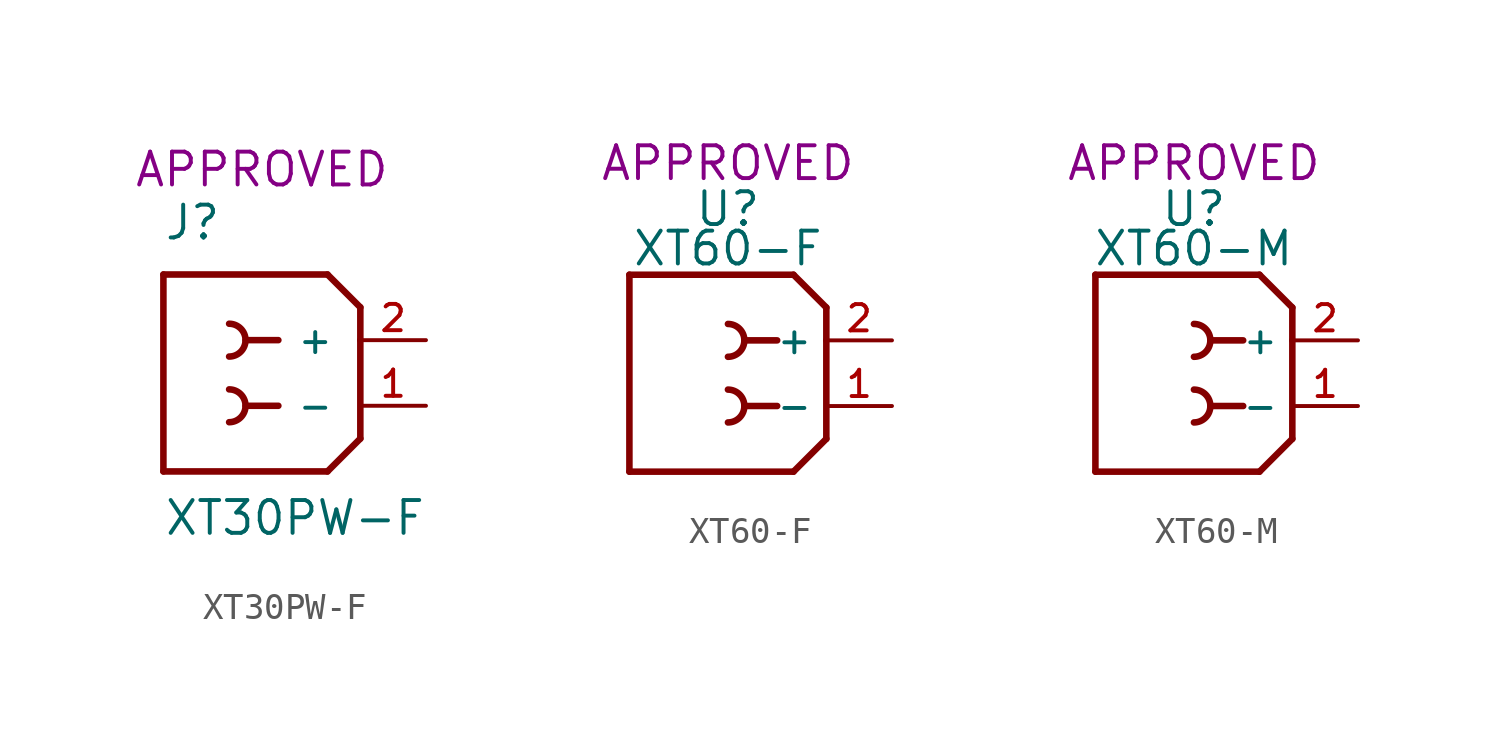
<source format=kicad_sym>
(kicad_symbol_lib
  (version 20231120)
  (generator "kicad_symbol_editor")
  (generator_version "8.0")
  (symbol "XT30PW-F"
    (pin_names
      (offset 1.016))
    (property "Reference" "J"
      (at -7.62 3.81 0)
      (effects (font (size 1.27 1.27)) (justify left bottom)))
    (property "Value" "XT30PW-F"
      (at -7.62 -7.62 0)
      (effects (font (size 1.27 1.27)) (justify left bottom)))
    (property "STATUS" "APPROVED"
      (at -3.81 6.604 0)
      (effects (font (size 1.27 1.27))))
    (symbol "XT30PW-F_0_0"
      (arc (start -5.0773 -3.175) (mid -4.445 -2.54) (end -5.0773 -1.905) (stroke (width 0.254) (type default)) (fill (type none)))
      (arc (start -5.0773 -0.635) (mid -4.445 0) (end -5.0773 0.635) (stroke (width 0.254) (type default)) (fill (type none)))
      (polyline (pts (xy -7.62 -5.08) (xy -7.62 2.54)) (stroke (width 0.254) (type default)) (fill (type none)))
      (polyline (pts (xy -7.62 2.54) (xy -1.27 2.54)) (stroke (width 0.254) (type default)) (fill (type none)))
      (polyline (pts (xy -3.172 -2.54) (xy -4.442 -2.54)) (stroke (width 0.254) (type default)) (fill (type none)))
      (polyline (pts (xy -3.172 0) (xy -4.442 0)) (stroke (width 0.254) (type default)) (fill (type none)))
      (polyline (pts (xy -1.27 -5.08) (xy -7.62 -5.08)) (stroke (width 0.254) (type default)) (fill (type none)))
      (polyline (pts (xy 0 -3.81) (xy -1.27 -5.08)) (stroke (width 0.254) (type default)) (fill (type none)))
      (polyline (pts (xy 0 0) (xy 0 -3.81)) (stroke (width 0.254) (type default)) (fill (type none)))
      (polyline (pts (xy 0 1.27) (xy -1.27 2.54)) (stroke (width 0.254) (type default)) (fill (type none)))
      (polyline (pts (xy 0 1.27) (xy 0 0)) (stroke (width 0.254) (type default)) (fill (type none))))
    (symbol "XT30PW-F_1_0"
      (pin power_in line (at 2.54 -2.54 180) (length 2.54) (name "-" (effects (font (size 1.016 1.016)))) (number "1" (effects (font (size 1.016 1.016)))))
      (pin power_in line (at 2.54 0 180) (length 2.54) (name "+" (effects (font (size 1.016 1.016)))) (number "2" (effects (font (size 1.016 1.016)))))))
  (symbol "XT60-F"
    (property "Reference" "U"
      (at 0 0 0)
      (effects (font (size 1.27 1.27))))
    (property "Value" "XT60-F"
      (at 0 -1.524 0)
      (effects (font (size 1.27 1.27))))
    (property "STATUS" "APPROVED"
      (at 0 1.778 0)
      (effects (font (size 1.27 1.27))))
    (symbol "XT60-F_0_0"
      (polyline (pts (xy -3.81 -10.16) (xy -3.81 -2.54)) (stroke (width 0.254) (type default)) (fill (type none)))
      (polyline (pts (xy -3.81 -2.54) (xy 2.54 -2.54)) (stroke (width 0.254) (type default)) (fill (type none)))
      (polyline (pts (xy 1.908 -7.62) (xy 0.638 -7.62)) (stroke (width 0.254) (type default)) (fill (type none)))
      (polyline (pts (xy 1.908 -5.08) (xy 0.638 -5.08)) (stroke (width 0.254) (type default)) (fill (type none)))
      (polyline (pts (xy 2.54 -10.16) (xy -3.81 -10.16)) (stroke (width 0.254) (type default)) (fill (type none)))
      (polyline (pts (xy 3.81 -8.89) (xy 2.54 -10.16)) (stroke (width 0.254) (type default)) (fill (type none)))
      (polyline (pts (xy 3.81 -5.08) (xy 3.81 -8.89)) (stroke (width 0.254) (type default)) (fill (type none)))
      (polyline (pts (xy 3.81 -3.81) (xy 2.54 -2.54)) (stroke (width 0.254) (type default)) (fill (type none)))
      (polyline (pts (xy 3.81 -3.81) (xy 3.81 -5.08)) (stroke (width 0.254) (type default)) (fill (type none)))
      (arc (start 0.0027 -8.255) (mid 0.635 -7.62) (end 0.0027 -6.985) (stroke (width 0.254) (type default)) (fill (type none)))
      (arc (start 0.0027 -5.715) (mid 0.635 -5.08) (end 0.0027 -4.445) (stroke (width 0.254) (type default)) (fill (type none))))
    (symbol "XT60-F_1_0"
      (pin power_in line (at 6.35 -7.62 180) (length 2.54) (name "-" (effects (font (size 1.016 1.016)))) (number "1" (effects (font (size 1.016 1.016)))))
      (pin power_in line (at 6.35 -5.08 180) (length 2.54) (name "+" (effects (font (size 1.016 1.016)))) (number "2" (effects (font (size 1.016 1.016)))))))
  (symbol "XT60-M"
    (property "Reference" "U"
      (at 0 0 0)
      (effects (font (size 1.27 1.27))))
    (property "Value" "XT60-M"
      (at 0 -1.524 0)
      (effects (font (size 1.27 1.27))))
    (property "STATUS" "APPROVED"
      (at 0 1.778 0)
      (effects (font (size 1.27 1.27))))
    (symbol "XT60-M_0_0"
      (polyline (pts (xy -3.81 -10.16) (xy -3.81 -2.54)) (stroke (width 0.254) (type default)) (fill (type none)))
      (polyline (pts (xy -3.81 -2.54) (xy 2.54 -2.54)) (stroke (width 0.254) (type default)) (fill (type none)))
      (polyline (pts (xy 1.908 -7.62) (xy 0.638 -7.62)) (stroke (width 0.254) (type default)) (fill (type none)))
      (polyline (pts (xy 1.908 -5.08) (xy 0.638 -5.08)) (stroke (width 0.254) (type default)) (fill (type none)))
      (polyline (pts (xy 2.54 -10.16) (xy -3.81 -10.16)) (stroke (width 0.254) (type default)) (fill (type none)))
      (polyline (pts (xy 3.81 -8.89) (xy 2.54 -10.16)) (stroke (width 0.254) (type default)) (fill (type none)))
      (polyline (pts (xy 3.81 -5.08) (xy 3.81 -8.89)) (stroke (width 0.254) (type default)) (fill (type none)))
      (polyline (pts (xy 3.81 -3.81) (xy 2.54 -2.54)) (stroke (width 0.254) (type default)) (fill (type none)))
      (polyline (pts (xy 3.81 -3.81) (xy 3.81 -5.08)) (stroke (width 0.254) (type default)) (fill (type none)))
      (arc (start 0.0027 -8.255) (mid 0.635 -7.62) (end 0.0027 -6.985) (stroke (width 0.254) (type default)) (fill (type none)))
      (arc (start 0.0027 -5.715) (mid 0.635 -5.08) (end 0.0027 -4.445) (stroke (width 0.254) (type default)) (fill (type none))))
    (symbol "XT60-M_1_0"
      (pin power_in line (at 6.35 -7.62 180) (length 2.54) (name "-" (effects (font (size 1.016 1.016)))) (number "1" (effects (font (size 1.016 1.016)))))
      (pin power_in line (at 6.35 -5.08 180) (length 2.54) (name "+" (effects (font (size 1.016 1.016)))) (number "2" (effects (font (size 1.016 1.016))))))))
</source>
